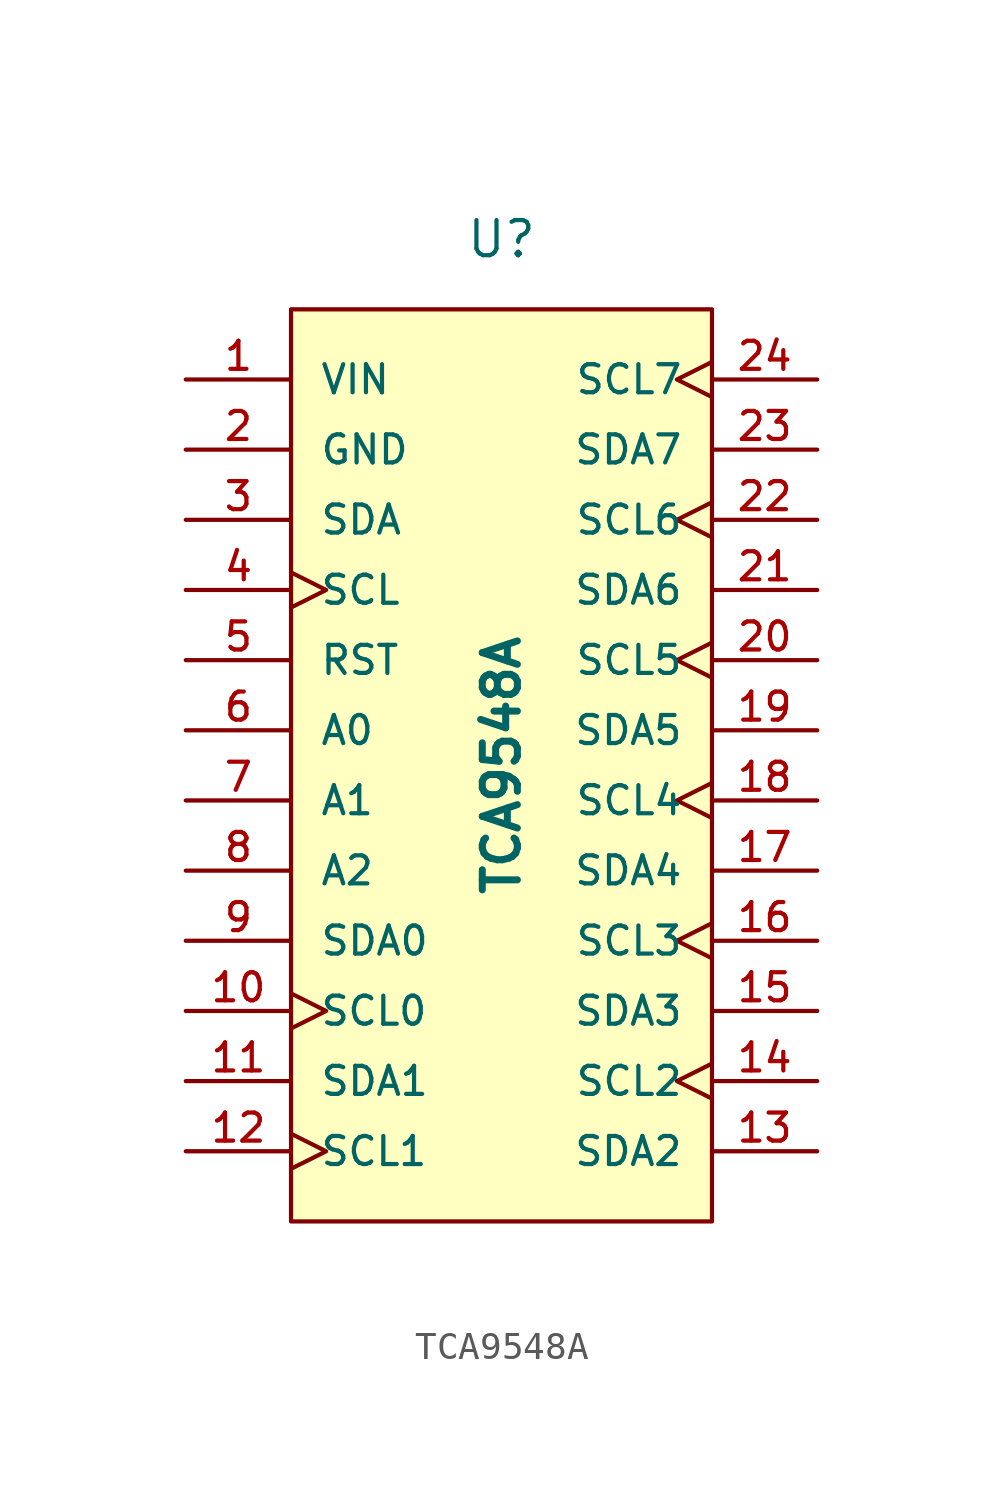
<source format=kicad_sym>
(kicad_symbol_lib
  (version 20231120)
  (generator "kicad_symbol_editor")
  (generator_version "8.0")
  (symbol "TCA9548A"
    (pin_names
      (offset 1.016))
    (property "Reference" "U"
      (at 0 19.05 0)
      (effects (font (size 1.27 1.27))))
    (property "Value" "TCA9548A"
      (at 0 0 90)
      (do_not_autoplace)
      (effects (font (size 1.27 1.27) (bold yes))))
    (symbol "TCA9548A_0_0"
      (pin power_in line (at -11.43 13.97 0) (length 3.81) (name "VIN" (effects (font (size 1.016 1.016)))) (number "1" (effects (font (size 1.016 1.016)))))
      (pin output clock (at -11.43 -8.89 0) (length 3.81) (name "SCL0" (effects (font (size 1.016 1.016)))) (number "10" (effects (font (size 1.016 1.016)))))
      (pin bidirectional line (at -11.43 -11.43 0) (length 3.81) (name "SDA1" (effects (font (size 1.016 1.016)))) (number "11" (effects (font (size 1.016 1.016)))))
      (pin output clock (at -11.43 -13.97 0) (length 3.81) (name "SCL1" (effects (font (size 1.016 1.016)))) (number "12" (effects (font (size 1.016 1.016)))))
      (pin bidirectional line (at 11.43 -13.97 180) (length 3.81) (name "SDA2" (effects (font (size 1.016 1.016)))) (number "13" (effects (font (size 1.016 1.016)))))
      (pin output clock (at 11.43 -11.43 180) (length 3.81) (name "SCL2" (effects (font (size 1.016 1.016)))) (number "14" (effects (font (size 1.016 1.016)))))
      (pin bidirectional line (at 11.43 -8.89 180) (length 3.81) (name "SDA3" (effects (font (size 1.016 1.016)))) (number "15" (effects (font (size 1.016 1.016)))))
      (pin output clock (at 11.43 -6.35 180) (length 3.81) (name "SCL3" (effects (font (size 1.016 1.016)))) (number "16" (effects (font (size 1.016 1.016)))))
      (pin bidirectional line (at 11.43 -3.81 180) (length 3.81) (name "SDA4" (effects (font (size 1.016 1.016)))) (number "17" (effects (font (size 1.016 1.016)))))
      (pin output clock (at 11.43 -1.27 180) (length 3.81) (name "SCL4" (effects (font (size 1.016 1.016)))) (number "18" (effects (font (size 1.016 1.016)))))
      (pin bidirectional line (at 11.43 1.27 180) (length 3.81) (name "SDA5" (effects (font (size 1.016 1.016)))) (number "19" (effects (font (size 1.016 1.016)))))
      (pin power_in line (at -11.43 11.43 0) (length 3.81) (name "GND" (effects (font (size 1.016 1.016)))) (number "2" (effects (font (size 1.016 1.016)))))
      (pin output clock (at 11.43 3.81 180) (length 3.81) (name "SCL5" (effects (font (size 1.016 1.016)))) (number "20" (effects (font (size 1.016 1.016)))))
      (pin bidirectional line (at 11.43 6.35 180) (length 3.81) (name "SDA6" (effects (font (size 1.016 1.016)))) (number "21" (effects (font (size 1.016 1.016)))))
      (pin output clock (at 11.43 8.89 180) (length 3.81) (name "SCL6" (effects (font (size 1.016 1.016)))) (number "22" (effects (font (size 1.016 1.016)))))
      (pin bidirectional line (at 11.43 11.43 180) (length 3.81) (name "SDA7" (effects (font (size 1.016 1.016)))) (number "23" (effects (font (size 1.016 1.016)))))
      (pin output clock (at 11.43 13.97 180) (length 3.81) (name "SCL7" (effects (font (size 1.016 1.016)))) (number "24" (effects (font (size 1.016 1.016)))))
      (pin bidirectional line (at -11.43 8.89 0) (length 3.81) (name "SDA" (effects (font (size 1.016 1.016)))) (number "3" (effects (font (size 1.016 1.016)))))
      (pin input clock (at -11.43 6.35 0) (length 3.81) (name "SCL" (effects (font (size 1.016 1.016)))) (number "4" (effects (font (size 1.016 1.016)))))
      (pin input line (at -11.43 3.81 0) (length 3.81) (name "RST" (effects (font (size 1.016 1.016)))) (number "5" (effects (font (size 1.016 1.016)))))
      (pin input line (at -11.43 1.27 0) (length 3.81) (name "A0" (effects (font (size 1.016 1.016)))) (number "6" (effects (font (size 1.016 1.016)))))
      (pin input line (at -11.43 -1.27 0) (length 3.81) (name "A1" (effects (font (size 1.016 1.016)))) (number "7" (effects (font (size 1.016 1.016)))))
      (pin input line (at -11.43 -3.81 0) (length 3.81) (name "A2" (effects (font (size 1.016 1.016)))) (number "8" (effects (font (size 1.016 1.016)))))
      (pin bidirectional line (at -11.43 -6.35 0) (length 3.81) (name "SDA0" (effects (font (size 1.016 1.016)))) (number "9" (effects (font (size 1.016 1.016))))))
    (symbol "TCA9548A_1_1"
      (rectangle (start -7.62 16.51) (end 7.62 -16.51) (stroke (width 0) (type default)) (fill (type background))))))
</source>
